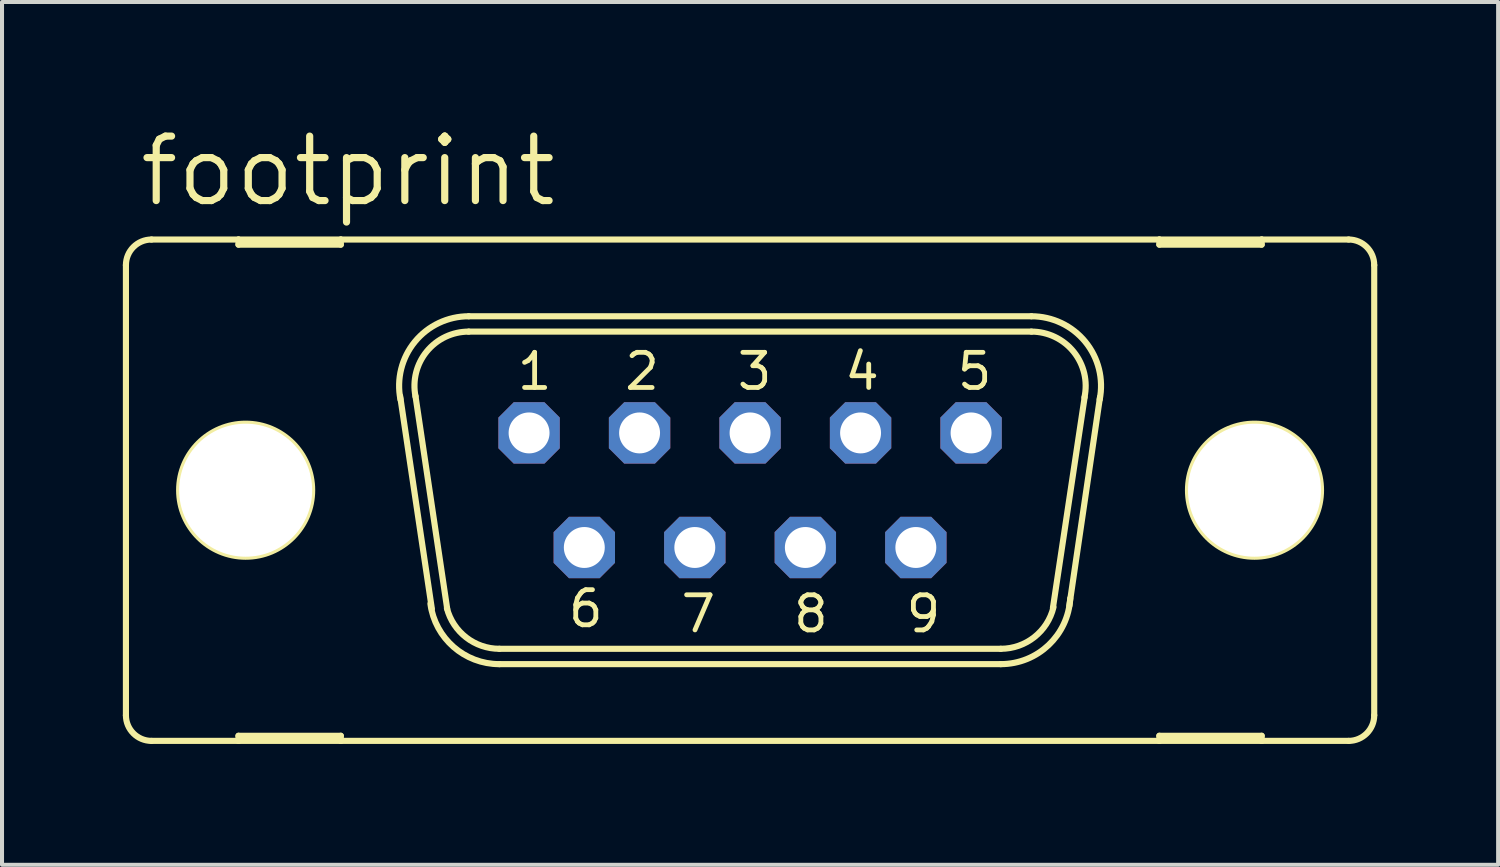
<source format=kicad_pcb>
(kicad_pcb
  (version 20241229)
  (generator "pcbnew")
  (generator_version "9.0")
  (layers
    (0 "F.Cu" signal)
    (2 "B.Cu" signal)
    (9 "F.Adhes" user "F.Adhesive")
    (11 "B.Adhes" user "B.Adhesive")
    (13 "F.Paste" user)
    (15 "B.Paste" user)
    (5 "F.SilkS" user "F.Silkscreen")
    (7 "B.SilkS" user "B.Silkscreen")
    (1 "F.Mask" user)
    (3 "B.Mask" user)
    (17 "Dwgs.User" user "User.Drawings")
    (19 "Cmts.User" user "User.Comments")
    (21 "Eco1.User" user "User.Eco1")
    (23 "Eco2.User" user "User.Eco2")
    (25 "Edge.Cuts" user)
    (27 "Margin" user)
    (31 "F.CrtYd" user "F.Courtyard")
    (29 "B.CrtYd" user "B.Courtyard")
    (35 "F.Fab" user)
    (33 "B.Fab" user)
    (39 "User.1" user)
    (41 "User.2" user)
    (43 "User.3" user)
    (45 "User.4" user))
  (footprint "footprint"
    (layer "F.Cu")
    (at 15.57 9.119)
    (property "Reference" "footprint" (at -15.24 -6.985 0) (layer "F.SilkS") (effects (font (size 1.6 1.6) (thickness 0.178)) (justify left bottom)))
    (fp_line (start -15.494 -5.588) (end -15.494 5.588) (stroke (width 0.152) (type solid)) (layer "F.SilkS"))
    (fp_line (start -14.859 6.223) (end -12.7 6.223) (stroke (width 0.152) (type solid)) (layer "F.SilkS"))
    (fp_line (start -12.7 -6.223) (end -14.859 -6.223) (stroke (width 0.152) (type solid)) (layer "F.SilkS"))
    (fp_line (start -12.7 -6.223) (end -12.7 -6.096) (stroke (width 0.152) (type solid)) (layer "F.SilkS"))
    (fp_line (start -12.7 -6.096) (end -10.16 -6.096) (stroke (width 0.152) (type solid)) (layer "F.SilkS"))
    (fp_line (start -12.7 6.096) (end -10.16 6.096) (stroke (width 0.152) (type solid)) (layer "F.SilkS"))
    (fp_line (start -12.7 6.223) (end -12.7 6.096) (stroke (width 0.152) (type solid)) (layer "F.SilkS"))
    (fp_line (start -12.7 6.223) (end -10.16 6.223) (stroke (width 0.152) (type solid)) (layer "F.SilkS"))
    (fp_line (start -10.16 -6.223) (end -12.7 -6.223) (stroke (width 0.152) (type solid)) (layer "F.SilkS"))
    (fp_line (start -10.16 -6.096) (end -10.16 -6.223) (stroke (width 0.152) (type solid)) (layer "F.SilkS"))
    (fp_line (start -10.16 6.096) (end -10.16 6.223) (stroke (width 0.152) (type solid)) (layer "F.SilkS"))
    (fp_line (start -10.16 6.223) (end 10.16 6.223) (stroke (width 0.152) (type solid)) (layer "F.SilkS"))
    (fp_line (start -7.899 2.946) (end -8.687 -2.337) (stroke (width 0.152) (type solid)) (layer "F.SilkS"))
    (fp_line (start -7.518 2.946) (end -8.306 -2.337) (stroke (width 0.152) (type solid)) (layer "F.SilkS"))
    (fp_line (start -6.985 -4.318) (end 6.985 -4.318) (stroke (width 0.152) (type solid)) (layer "F.SilkS"))
    (fp_line (start -6.985 -3.937) (end 6.985 -3.937) (stroke (width 0.152) (type solid)) (layer "F.SilkS"))
    (fp_line (start -6.223 3.937) (end 6.223 3.937) (stroke (width 0.152) (type solid)) (layer "F.SilkS"))
    (fp_line (start -6.223 4.318) (end 6.223 4.318) (stroke (width 0.152) (type solid)) (layer "F.SilkS"))
    (fp_line (start 8.306 -2.311) (end 7.518 2.921) (stroke (width 0.152) (type solid)) (layer "F.SilkS"))
    (fp_line (start 8.687 -2.311) (end 7.925 2.87) (stroke (width 0.152) (type solid)) (layer "F.SilkS"))
    (fp_line (start 10.16 -6.223) (end -10.16 -6.223) (stroke (width 0.152) (type solid)) (layer "F.SilkS"))
    (fp_line (start 10.16 -6.223) (end 10.16 -6.096) (stroke (width 0.152) (type solid)) (layer "F.SilkS"))
    (fp_line (start 10.16 -6.096) (end 12.7 -6.096) (stroke (width 0.152) (type solid)) (layer "F.SilkS"))
    (fp_line (start 10.16 6.096) (end 12.7 6.096) (stroke (width 0.152) (type solid)) (layer "F.SilkS"))
    (fp_line (start 10.16 6.223) (end 10.16 6.096) (stroke (width 0.152) (type solid)) (layer "F.SilkS"))
    (fp_line (start 10.16 6.223) (end 12.7 6.223) (stroke (width 0.152) (type solid)) (layer "F.SilkS"))
    (fp_line (start 12.7 -6.223) (end 10.16 -6.223) (stroke (width 0.152) (type solid)) (layer "F.SilkS"))
    (fp_line (start 12.7 -6.096) (end 12.7 -6.223) (stroke (width 0.152) (type solid)) (layer "F.SilkS"))
    (fp_line (start 12.7 6.096) (end 12.7 6.223) (stroke (width 0.152) (type solid)) (layer "F.SilkS"))
    (fp_line (start 12.7 6.223) (end 14.859 6.223) (stroke (width 0.152) (type solid)) (layer "F.SilkS"))
    (fp_line (start 14.859 -6.223) (end 12.7 -6.223) (stroke (width 0.152) (type solid)) (layer "F.SilkS"))
    (fp_line (start 15.494 -5.588) (end 15.494 5.588) (stroke (width 0.152) (type solid)) (layer "F.SilkS"))
    (fp_arc (start -15.494 -5.588) (mid -15.308013 -6.037013) (end -14.859 -6.223) (stroke (width 0.1524) (type solid)) (layer "F.SilkS"))
    (fp_arc (start -14.859 6.223) (mid -15.308013 6.037013) (end -15.494 5.588) (stroke (width 0.1524) (type solid)) (layer "F.SilkS"))
    (fp_arc (start -8.6787 -2.2521) (mid -8.320716 -3.685842) (end -6.984998 -4.318) (stroke (width 0.1524) (type solid)) (layer "F.SilkS"))
    (fp_arc (start -8.3051 -2.3268) (mid -8.026082 -3.444284) (end -6.985 -3.937) (stroke (width 0.1524) (type solid)) (layer "F.SilkS"))
    (fp_arc (start -6.223 3.937) (mid -7.0465 3.655745) (end -7.5259 2.9295) (stroke (width 0.1524) (type solid)) (layer "F.SilkS"))
    (fp_arc (start -6.222999 4.318001) (mid -7.360711 3.890313) (end -7.935 2.8191) (stroke (width 0.1524) (type solid)) (layer "F.SilkS"))
    (fp_arc (start 6.985 -4.318) (mid 8.320813 -3.685866) (end 8.678999 -2.252098) (stroke (width 0.1524) (type solid)) (layer "F.SilkS"))
    (fp_arc (start 6.985 -3.937) (mid 8.033557 -3.435183) (end 8.300499 -2.303798) (stroke (width 0.1524) (type solid)) (layer "F.SilkS"))
    (fp_arc (start 7.531701 2.904999) (mid 7.056257 3.647874) (end 6.223 3.937) (stroke (width 0.1524) (type solid)) (layer "F.SilkS"))
    (fp_arc (start 7.9473 2.6849) (mid 7.410366 3.844828) (end 6.223 4.318) (stroke (width 0.1524) (type solid)) (layer "F.SilkS"))
    (fp_arc (start 14.859 -6.223) (mid 15.308013 -6.037013) (end 15.494 -5.588) (stroke (width 0.1524) (type solid)) (layer "F.SilkS"))
    (fp_arc (start 15.494 5.588) (mid 15.308013 6.037013) (end 14.859 6.223) (stroke (width 0.1524) (type solid)) (layer "F.SilkS"))
    (fp_circle (center -12.522 0) (end -10.871 0) (stroke (width 0.152) (type solid)) (fill no) (layer "F.SilkS"))
    (fp_circle (center 12.522 0) (end 14.173 0) (stroke (width 0.152) (type solid)) (fill no) (layer "F.SilkS"))
    (fp_circle (center -5.486 -1.422) (end -5.232 -1.422) (stroke (width 0.406) (type solid)) (fill no) (layer "F.Fab"))
    (fp_circle (center -4.115 1.422) (end -3.861 1.422) (stroke (width 0.406) (type solid)) (fill no) (layer "F.Fab"))
    (fp_circle (center -2.743 -1.422) (end -2.489 -1.422) (stroke (width 0.406) (type solid)) (fill no) (layer "F.Fab"))
    (fp_circle (center -1.372 1.422) (end -1.118 1.422) (stroke (width 0.406) (type solid)) (fill no) (layer "F.Fab"))
    (fp_circle (center 0 -1.422) (end 0.254 -1.422) (stroke (width 0.406) (type solid)) (fill no) (layer "F.Fab"))
    (fp_circle (center 1.372 1.422) (end 1.626 1.422) (stroke (width 0.406) (type solid)) (fill no) (layer "F.Fab"))
    (fp_circle (center 2.743 -1.422) (end 2.997 -1.422) (stroke (width 0.406) (type solid)) (fill no) (layer "F.Fab"))
    (fp_circle (center 4.115 1.422) (end 4.369 1.422) (stroke (width 0.406) (type solid)) (fill no) (layer "F.Fab"))
    (fp_circle (center 5.486 -1.422) (end 5.74 -1.422) (stroke (width 0.406) (type solid)) (fill no) (layer "F.Fab"))
    (fp_text user "3" (at -0.381 -2.438 0) (layer "F.SilkS") (effects (font (size 0.872 0.872) (thickness 0.119)) (justify left bottom)))
    (fp_text user "9" (at 3.81 3.581 0) (layer "F.SilkS") (effects (font (size 0.872 0.872) (thickness 0.119)) (justify left bottom)))
    (fp_text user "4" (at 2.286 -2.438 0) (layer "F.SilkS") (effects (font (size 0.872 0.872) (thickness 0.119)) (justify left bottom)))
    (fp_text user "1" (at -5.842 -2.438 0) (layer "F.SilkS") (effects (font (size 0.872 0.872) (thickness 0.119)) (justify left bottom)))
    (fp_text user "8" (at 1.016 3.581 0) (layer "F.SilkS") (effects (font (size 0.872 0.872) (thickness 0.119)) (justify left bottom)))
    (fp_text user "2" (at -3.175 -2.438 0) (layer "F.SilkS") (effects (font (size 0.872 0.872) (thickness 0.119)) (justify left bottom)))
    (fp_text user "7" (at -1.778 3.581 0) (layer "F.SilkS") (effects (font (size 0.872 0.872) (thickness 0.119)) (justify left bottom)))
    (fp_text user "6" (at -4.572 3.454 0) (layer "F.SilkS") (effects (font (size 0.872 0.872) (thickness 0.119)) (justify left bottom)))
    (fp_text user "5" (at 5.08 -2.438 0) (layer "F.SilkS") (effects (font (size 0.872 0.872) (thickness 0.119)) (justify left bottom)))
    (pad "" np_thru_hole circle (at -12.522 0) (size 3.302 3.302) (drill 3.302) (layers "*.Cu" "*.Mask"))
    (pad "" np_thru_hole circle (at 12.522 0) (size 3.302 3.302) (drill 3.302) (layers "*.Cu" "*.Mask"))
    (pad "1" thru_hole roundrect (at -5.486 -1.422) (size 1.524 1.524) (drill 1.016) (layers "*.Cu" "*.Mask") (roundrect_rratio 0.25) (chamfer_ratio 0.25) (chamfer top_left top_right bottom_left bottom_right))
    (pad "2" thru_hole roundrect (at -2.743 -1.422) (size 1.524 1.524) (drill 1.016) (layers "*.Cu" "*.Mask") (roundrect_rratio 0.25) (chamfer_ratio 0.25) (chamfer top_left top_right bottom_left bottom_right))
    (pad "3" thru_hole roundrect (at 0 -1.422) (size 1.524 1.524) (drill 1.016) (layers "*.Cu" "*.Mask") (roundrect_rratio 0.25) (chamfer_ratio 0.25) (chamfer top_left top_right bottom_left bottom_right))
    (pad "4" thru_hole roundrect (at 2.743 -1.422) (size 1.524 1.524) (drill 1.016) (layers "*.Cu" "*.Mask") (roundrect_rratio 0.25) (chamfer_ratio 0.25) (chamfer top_left top_right bottom_left bottom_right))
    (pad "5" thru_hole roundrect (at 5.486 -1.422) (size 1.524 1.524) (drill 1.016) (layers "*.Cu" "*.Mask") (roundrect_rratio 0.25) (chamfer_ratio 0.25) (chamfer top_left top_right bottom_left bottom_right))
    (pad "6" thru_hole roundrect (at -4.115 1.422) (size 1.524 1.524) (drill 1.016) (layers "*.Cu" "*.Mask") (roundrect_rratio 0.25) (chamfer_ratio 0.25) (chamfer top_left top_right bottom_left bottom_right))
    (pad "7" thru_hole roundrect (at -1.372 1.422) (size 1.524 1.524) (drill 1.016) (layers "*.Cu" "*.Mask") (roundrect_rratio 0.25) (chamfer_ratio 0.25) (chamfer top_left top_right bottom_left bottom_right))
    (pad "8" thru_hole roundrect (at 1.372 1.422) (size 1.524 1.524) (drill 1.016) (layers "*.Cu" "*.Mask") (roundrect_rratio 0.25) (chamfer_ratio 0.25) (chamfer top_left top_right bottom_left bottom_right))
    (pad "9" thru_hole roundrect (at 4.115 1.422) (size 1.524 1.524) (drill 1.016) (layers "*.Cu" "*.Mask") (roundrect_rratio 0.25) (chamfer_ratio 0.25) (chamfer top_left top_right bottom_left bottom_right))
    (zone (net_name "") (layers "F.Cu" "B.Cu") (hatch edge 0.508) (connect_pads) (min_thickness 0.254) (filled_areas_thickness no) (keepout (tracks allowed) (vias not_allowed) (pads allowed) (copperpour allowed) (footprints allowed)) (placement (enabled no)) (fill) (polygon (pts (xy 5.715 9.119) (xy 5.674 8.655) (xy 5.554 8.206) (xy 5.358 7.785) (xy 5.091 7.404) (xy 4.762 7.076) (xy 4.381 6.809) (xy 3.96 6.612) (xy 3.511 6.492) (xy 3.048 6.452) (xy 2.585 6.492) (xy 2.136 6.612) (xy 1.714 6.809) (xy 1.334 7.076) (xy 1.005 7.404) (xy 0.738 7.785) (xy 0.542 8.206) (xy 0.422 8.655) (xy 0.381 9.119) (xy 0.422 9.582) (xy 0.542 10.031) (xy 0.738 10.452) (xy 1.005 10.833) (xy 1.334 11.162) (xy 1.714 11.428) (xy 2.136 11.625) (xy 2.585 11.745) (xy 3.048 11.786) (xy 3.511 11.745) (xy 3.96 11.625) (xy 4.381 11.428) (xy 4.762 11.162) (xy 5.091 10.833) (xy 5.358 10.452) (xy 5.554 10.031) (xy 5.674 9.582))))
    (zone (net_name "") (layers "F.Cu" "B.Cu") (hatch edge 0.508) (connect_pads) (min_thickness 0.254) (filled_areas_thickness no) (keepout (tracks allowed) (vias not_allowed) (pads allowed) (copperpour allowed) (footprints allowed)) (placement (enabled no)) (fill) (polygon (pts (xy 30.759 9.119) (xy 30.719 8.655) (xy 30.599 8.206) (xy 30.402 7.785) (xy 30.135 7.404) (xy 29.807 7.076) (xy 29.426 6.809) (xy 29.005 6.612) (xy 28.556 6.492) (xy 28.092 6.452) (xy 27.629 6.492) (xy 27.18 6.612) (xy 26.759 6.809) (xy 26.378 7.076) (xy 26.049 7.404) (xy 25.783 7.785) (xy 25.586 8.206) (xy 25.466 8.655) (xy 25.425 9.119) (xy 25.466 9.582) (xy 25.586 10.031) (xy 25.783 10.452) (xy 26.049 10.833) (xy 26.378 11.162) (xy 26.759 11.428) (xy 27.18 11.625) (xy 27.629 11.745) (xy 28.092 11.786) (xy 28.556 11.745) (xy 29.005 11.625) (xy 29.426 11.428) (xy 29.807 11.162) (xy 30.135 10.833) (xy 30.402 10.452) (xy 30.599 10.031) (xy 30.719 9.582))))
    (zone (net_name "") (layer "B.Cu") (hatch edge 0.508) (connect_pads) (min_thickness 0.254) (filled_areas_thickness no) (keepout (tracks not_allowed) (vias not_allowed) (pads not_allowed) (copperpour not_allowed) (footprints allowed)) (placement (enabled no)) (fill) (polygon (pts (xy 5.715 9.119) (xy 5.674 8.655) (xy 5.554 8.206) (xy 5.358 7.785) (xy 5.091 7.404) (xy 4.762 7.076) (xy 4.381 6.809) (xy 3.96 6.612) (xy 3.511 6.492) (xy 3.048 6.452) (xy 2.585 6.492) (xy 2.136 6.612) (xy 1.714 6.809) (xy 1.334 7.076) (xy 1.005 7.404) (xy 0.738 7.785) (xy 0.542 8.206) (xy 0.422 8.655) (xy 0.381 9.119) (xy 0.422 9.582) (xy 0.542 10.031) (xy 0.738 10.452) (xy 1.005 10.833) (xy 1.334 11.162) (xy 1.714 11.428) (xy 2.136 11.625) (xy 2.585 11.745) (xy 3.048 11.786) (xy 3.511 11.745) (xy 3.96 11.625) (xy 4.381 11.428) (xy 4.762 11.162) (xy 5.091 10.833) (xy 5.358 10.452) (xy 5.554 10.031) (xy 5.674 9.582))))
    (zone (net_name "") (layer "B.Cu") (hatch edge 0.508) (connect_pads) (min_thickness 0.254) (filled_areas_thickness no) (keepout (tracks not_allowed) (vias not_allowed) (pads not_allowed) (copperpour not_allowed) (footprints allowed)) (placement (enabled no)) (fill) (polygon (pts (xy 30.759 9.119) (xy 30.719 8.655) (xy 30.599 8.206) (xy 30.402 7.785) (xy 30.135 7.404) (xy 29.807 7.076) (xy 29.426 6.809) (xy 29.005 6.612) (xy 28.556 6.492) (xy 28.092 6.452) (xy 27.629 6.492) (xy 27.18 6.612) (xy 26.759 6.809) (xy 26.378 7.076) (xy 26.049 7.404) (xy 25.783 7.785) (xy 25.586 8.206) (xy 25.466 8.655) (xy 25.425 9.119) (xy 25.466 9.582) (xy 25.586 10.031) (xy 25.783 10.452) (xy 26.049 10.833) (xy 26.378 11.162) (xy 26.759 11.428) (xy 27.18 11.625) (xy 27.629 11.745) (xy 28.092 11.786) (xy 28.556 11.745) (xy 29.005 11.625) (xy 29.426 11.428) (xy 29.807 11.162) (xy 30.135 10.833) (xy 30.402 10.452) (xy 30.599 10.031) (xy 30.719 9.582)))))
  (gr_rect
    (start -3 -3)
    (end 34.14 18.418)
    (stroke (width 0.1) (type default))
    (fill no)
    (layer "Edge.Cuts")))
</source>
